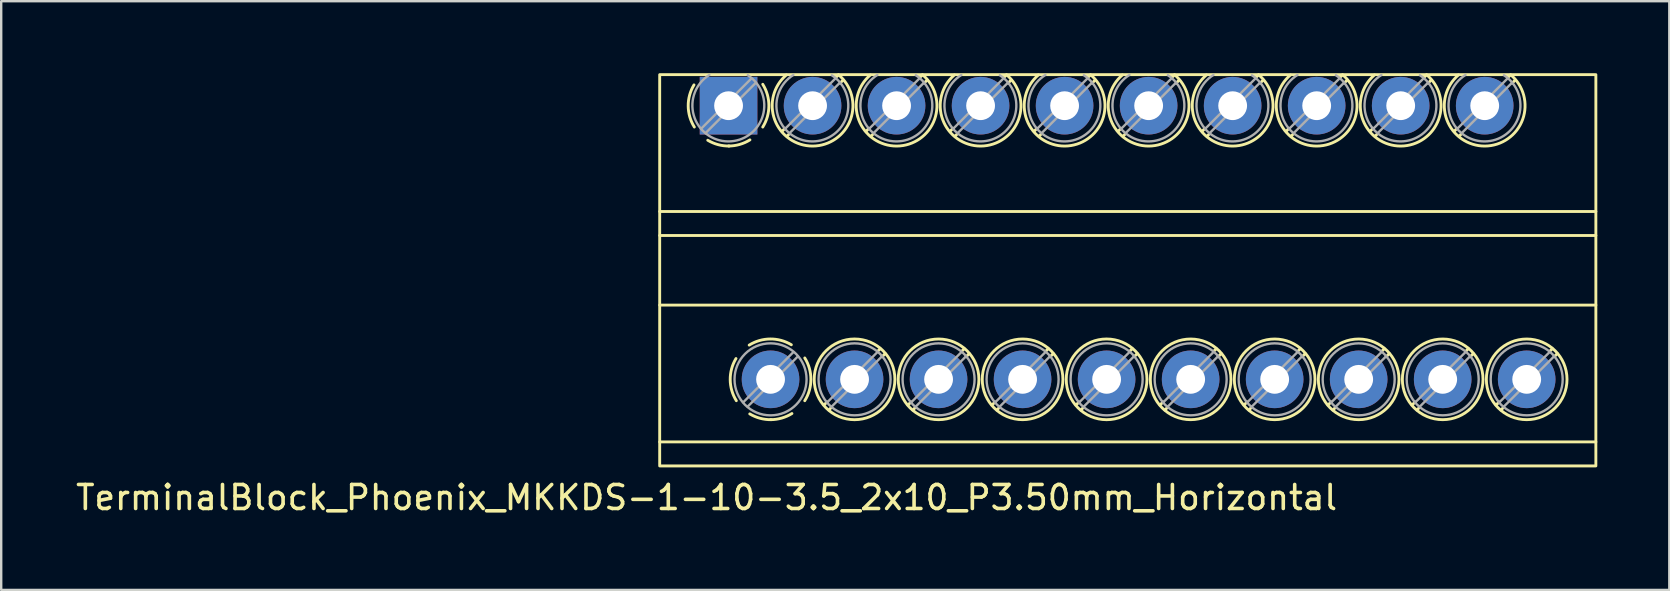
<source format=kicad_pcb>
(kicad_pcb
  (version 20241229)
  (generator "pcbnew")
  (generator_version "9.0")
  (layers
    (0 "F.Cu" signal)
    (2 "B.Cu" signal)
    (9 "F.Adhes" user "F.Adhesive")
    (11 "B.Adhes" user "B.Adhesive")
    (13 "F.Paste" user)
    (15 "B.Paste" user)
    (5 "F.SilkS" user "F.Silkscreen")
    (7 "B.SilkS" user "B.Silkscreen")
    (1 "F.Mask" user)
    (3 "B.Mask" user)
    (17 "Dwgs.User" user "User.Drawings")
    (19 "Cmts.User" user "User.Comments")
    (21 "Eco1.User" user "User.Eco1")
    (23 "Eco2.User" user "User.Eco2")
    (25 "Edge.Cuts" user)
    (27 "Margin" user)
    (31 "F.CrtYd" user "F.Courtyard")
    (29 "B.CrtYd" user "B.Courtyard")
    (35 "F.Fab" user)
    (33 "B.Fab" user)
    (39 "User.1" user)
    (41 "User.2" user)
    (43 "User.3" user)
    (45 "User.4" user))
  (footprint "TerminalBlock_Phoenix_MKKDS-1-10-3.5_2x10_P3.50mm_Horizontal"
    (layer "F.Cu")
    (at 27.292 1.344)
    (property "Reference" "TerminalBlock_Phoenix_MKKDS-1-10-3.5_2x10_P3.50mm_Horizontal" (at -0.906 16.334 0) (unlocked yes) (layer "F.SilkS") (effects (font (size 1 1) (thickness 0.15))))
    (attr through_hole)
    (fp_line (start -2.86 4.416) (end 36.14 4.416) (stroke (width 0.12) (type solid)) (layer "F.SilkS"))
    (fp_line (start -2.86 5.416) (end 36.14 5.416) (stroke (width 0.12) (type solid)) (layer "F.SilkS"))
    (fp_line (start -2.86 8.316) (end 36.14 8.316) (stroke (width 0.12) (type solid)) (layer "F.SilkS"))
    (fp_line (start -2.86 14.016) (end 36.14 14.016) (stroke (width 0.12) (type solid)) (layer "F.SilkS"))
    (fp_line (start 2.364 0.95) (end 2.235 1.077) (stroke (width 0.12) (type solid)) (layer "F.SilkS"))
    (fp_line (start 2.534 1.19) (end 2.439 1.282) (stroke (width 0.12) (type solid)) (layer "F.SilkS"))
    (fp_line (start 4.114 12.35) (end 3.985 12.477) (stroke (width 0.12) (type solid)) (layer "F.SilkS"))
    (fp_line (start 4.284 12.589) (end 4.189 12.682) (stroke (width 0.12) (type solid)) (layer "F.SilkS"))
    (fp_line (start 4.579 -1.266) (end 4.484 -1.173) (stroke (width 0.12) (type solid)) (layer "F.SilkS"))
    (fp_line (start 4.784 -1.06) (end 4.654 -0.932) (stroke (width 0.12) (type solid)) (layer "F.SilkS"))
    (fp_line (start 5.864 0.95) (end 5.734 1.077) (stroke (width 0.12) (type solid)) (layer "F.SilkS"))
    (fp_line (start 6.034 1.19) (end 5.939 1.282) (stroke (width 0.12) (type solid)) (layer "F.SilkS"))
    (fp_line (start 6.329 10.133) (end 6.234 10.227) (stroke (width 0.12) (type solid)) (layer "F.SilkS"))
    (fp_line (start 6.534 10.339) (end 6.404 10.467) (stroke (width 0.12) (type solid)) (layer "F.SilkS"))
    (fp_line (start 7.614 12.35) (end 7.484 12.477) (stroke (width 0.12) (type solid)) (layer "F.SilkS"))
    (fp_line (start 7.784 12.589) (end 7.689 12.682) (stroke (width 0.12) (type solid)) (layer "F.SilkS"))
    (fp_line (start 8.079 -1.266) (end 7.984 -1.173) (stroke (width 0.12) (type solid)) (layer "F.SilkS"))
    (fp_line (start 8.284 -1.06) (end 8.155 -0.932) (stroke (width 0.12) (type solid)) (layer "F.SilkS"))
    (fp_line (start 9.364 0.95) (end 9.235 1.077) (stroke (width 0.12) (type solid)) (layer "F.SilkS"))
    (fp_line (start 9.534 1.19) (end 9.44 1.282) (stroke (width 0.12) (type solid)) (layer "F.SilkS"))
    (fp_line (start 9.829 10.133) (end 9.735 10.227) (stroke (width 0.12) (type solid)) (layer "F.SilkS"))
    (fp_line (start 10.034 10.339) (end 9.905 10.467) (stroke (width 0.12) (type solid)) (layer "F.SilkS"))
    (fp_line (start 11.114 12.35) (end 10.985 12.477) (stroke (width 0.12) (type solid)) (layer "F.SilkS"))
    (fp_line (start 11.284 12.589) (end 11.19 12.682) (stroke (width 0.12) (type solid)) (layer "F.SilkS"))
    (fp_line (start 11.579 -1.266) (end 11.485 -1.173) (stroke (width 0.12) (type solid)) (layer "F.SilkS"))
    (fp_line (start 11.784 -1.06) (end 11.655 -0.932) (stroke (width 0.12) (type solid)) (layer "F.SilkS"))
    (fp_line (start 12.864 0.95) (end 12.735 1.077) (stroke (width 0.12) (type solid)) (layer "F.SilkS"))
    (fp_line (start 13.034 1.19) (end 12.94 1.282) (stroke (width 0.12) (type solid)) (layer "F.SilkS"))
    (fp_line (start 13.329 10.133) (end 13.235 10.227) (stroke (width 0.12) (type solid)) (layer "F.SilkS"))
    (fp_line (start 13.534 10.339) (end 13.405 10.467) (stroke (width 0.12) (type solid)) (layer "F.SilkS"))
    (fp_line (start 14.614 12.35) (end 14.485 12.477) (stroke (width 0.12) (type solid)) (layer "F.SilkS"))
    (fp_line (start 14.784 12.589) (end 14.69 12.682) (stroke (width 0.12) (type solid)) (layer "F.SilkS"))
    (fp_line (start 15.079 -1.266) (end 14.985 -1.173) (stroke (width 0.12) (type solid)) (layer "F.SilkS"))
    (fp_line (start 15.284 -1.06) (end 15.155 -0.932) (stroke (width 0.12) (type solid)) (layer "F.SilkS"))
    (fp_line (start 16.363 0.95) (end 16.235 1.077) (stroke (width 0.12) (type solid)) (layer "F.SilkS"))
    (fp_line (start 16.534 1.19) (end 16.439 1.282) (stroke (width 0.12) (type solid)) (layer "F.SilkS"))
    (fp_line (start 16.828 10.133) (end 16.735 10.227) (stroke (width 0.12) (type solid)) (layer "F.SilkS"))
    (fp_line (start 17.034 10.339) (end 16.904 10.467) (stroke (width 0.12) (type solid)) (layer "F.SilkS"))
    (fp_line (start 18.113 12.35) (end 17.985 12.477) (stroke (width 0.12) (type solid)) (layer "F.SilkS"))
    (fp_line (start 18.284 12.589) (end 18.189 12.682) (stroke (width 0.12) (type solid)) (layer "F.SilkS"))
    (fp_line (start 18.578 -1.266) (end 18.485 -1.173) (stroke (width 0.12) (type solid)) (layer "F.SilkS"))
    (fp_line (start 18.784 -1.06) (end 18.654 -0.932) (stroke (width 0.12) (type solid)) (layer "F.SilkS"))
    (fp_line (start 19.863 0.95) (end 19.735 1.077) (stroke (width 0.12) (type solid)) (layer "F.SilkS"))
    (fp_line (start 20.034 1.19) (end 19.939 1.282) (stroke (width 0.12) (type solid)) (layer "F.SilkS"))
    (fp_line (start 20.328 10.133) (end 20.235 10.227) (stroke (width 0.12) (type solid)) (layer "F.SilkS"))
    (fp_line (start 20.534 10.339) (end 20.404 10.467) (stroke (width 0.12) (type solid)) (layer "F.SilkS"))
    (fp_line (start 21.613 12.35) (end 21.485 12.477) (stroke (width 0.12) (type solid)) (layer "F.SilkS"))
    (fp_line (start 21.784 12.589) (end 21.689 12.682) (stroke (width 0.12) (type solid)) (layer "F.SilkS"))
    (fp_line (start 22.078 -1.266) (end 21.985 -1.173) (stroke (width 0.12) (type solid)) (layer "F.SilkS"))
    (fp_line (start 22.284 -1.06) (end 22.154 -0.932) (stroke (width 0.12) (type solid)) (layer "F.SilkS"))
    (fp_line (start 23.363 0.95) (end 23.235 1.077) (stroke (width 0.12) (type solid)) (layer "F.SilkS"))
    (fp_line (start 23.534 1.19) (end 23.439 1.282) (stroke (width 0.12) (type solid)) (layer "F.SilkS"))
    (fp_line (start 23.828 10.133) (end 23.735 10.227) (stroke (width 0.12) (type solid)) (layer "F.SilkS"))
    (fp_line (start 24.034 10.339) (end 23.904 10.467) (stroke (width 0.12) (type solid)) (layer "F.SilkS"))
    (fp_line (start 25.113 12.35) (end 24.985 12.477) (stroke (width 0.12) (type solid)) (layer "F.SilkS"))
    (fp_line (start 25.284 12.589) (end 25.189 12.682) (stroke (width 0.12) (type solid)) (layer "F.SilkS"))
    (fp_line (start 25.578 -1.266) (end 25.485 -1.173) (stroke (width 0.12) (type solid)) (layer "F.SilkS"))
    (fp_line (start 25.784 -1.06) (end 25.654 -0.932) (stroke (width 0.12) (type solid)) (layer "F.SilkS"))
    (fp_line (start 26.863 0.95) (end 26.735 1.077) (stroke (width 0.12) (type solid)) (layer "F.SilkS"))
    (fp_line (start 27.034 1.19) (end 26.939 1.282) (stroke (width 0.12) (type solid)) (layer "F.SilkS"))
    (fp_line (start 27.328 10.133) (end 27.235 10.227) (stroke (width 0.12) (type solid)) (layer "F.SilkS"))
    (fp_line (start 27.534 10.339) (end 27.404 10.467) (stroke (width 0.12) (type solid)) (layer "F.SilkS"))
    (fp_line (start 28.613 12.35) (end 28.485 12.477) (stroke (width 0.12) (type solid)) (layer "F.SilkS"))
    (fp_line (start 28.784 12.589) (end 28.689 12.682) (stroke (width 0.12) (type solid)) (layer "F.SilkS"))
    (fp_line (start 29.078 -1.266) (end 28.985 -1.173) (stroke (width 0.12) (type solid)) (layer "F.SilkS"))
    (fp_line (start 29.284 -1.06) (end 29.154 -0.932) (stroke (width 0.12) (type solid)) (layer "F.SilkS"))
    (fp_line (start 30.363 0.95) (end 30.235 1.077) (stroke (width 0.12) (type solid)) (layer "F.SilkS"))
    (fp_line (start 30.534 1.19) (end 30.439 1.282) (stroke (width 0.12) (type solid)) (layer "F.SilkS"))
    (fp_line (start 30.828 10.133) (end 30.735 10.227) (stroke (width 0.12) (type solid)) (layer "F.SilkS"))
    (fp_line (start 31.034 10.339) (end 30.904 10.467) (stroke (width 0.12) (type solid)) (layer "F.SilkS"))
    (fp_line (start 32.114 12.35) (end 31.985 12.477) (stroke (width 0.12) (type solid)) (layer "F.SilkS"))
    (fp_line (start 32.283 12.589) (end 32.19 12.682) (stroke (width 0.12) (type solid)) (layer "F.SilkS"))
    (fp_line (start 32.578 -1.266) (end 32.484 -1.173) (stroke (width 0.12) (type solid)) (layer "F.SilkS"))
    (fp_line (start 32.783 -1.06) (end 32.654 -0.932) (stroke (width 0.12) (type solid)) (layer "F.SilkS"))
    (fp_line (start 34.328 10.133) (end 34.234 10.227) (stroke (width 0.12) (type solid)) (layer "F.SilkS"))
    (fp_line (start 34.533 10.339) (end 34.404 10.467) (stroke (width 0.12) (type solid)) (layer "F.SilkS"))
    (fp_rect (start -2.86 15.016) (end 36.14 -1.284) (stroke (width 0.12) (type solid)) (fill no) (layer "F.SilkS"))
    (fp_arc (start -1.416858 0.898394) (mid -1.671785 0.022512) (end -1.4315 -0.8575) (stroke (width 0.12) (type solid)) (layer "F.SilkS"))
    (fp_arc (start 0.037174 1.688599) (mid -0.427033 1.631413) (end -0.8575 1.4485) (stroke (width 0.12) (type solid)) (layer "F.SilkS"))
    (fp_arc (start 0.333142 12.298394) (mid 0.078215 11.422512) (end 0.3185 10.5425) (stroke (width 0.12) (type solid)) (layer "F.SilkS"))
    (fp_arc (start 0.868606 9.983142) (mid 1.744488 9.728213) (end 2.6245 9.9685) (stroke (width 0.12) (type solid)) (layer "F.SilkS"))
    (fp_arc (start 0.898764 1.433221) (mid 0.471569 1.623414) (end 0.0085 1.6885) (stroke (width 0.12) (type solid)) (layer "F.SilkS"))
    (fp_arc (start 1.434004 -0.881693) (mid 1.689127 0.008976) (end 1.4335 0.8995) (stroke (width 0.12) (type solid)) (layer "F.SilkS"))
    (fp_arc (start 1.787174 13.088599) (mid 1.322967 13.031413) (end 0.8925 12.8485) (stroke (width 0.12) (type solid)) (layer "F.SilkS"))
    (fp_arc (start 2.648764 12.833221) (mid 2.22157 13.023417) (end 1.7585 13.0885) (stroke (width 0.12) (type solid)) (layer "F.SilkS"))
    (fp_arc (start 3.184004 10.518307) (mid 3.439127 11.408976) (end 3.1835 12.2995) (stroke (width 0.12) (type solid)) (layer "F.SilkS"))
    (fp_arc (start 4.59 -1.28) (mid 3.514968 1.690711) (end 2.417123 -1.271645) (stroke (width 0.12) (type solid)) (layer "F.SilkS"))
    (fp_arc (start 8.09 -1.28) (mid 7.014968 1.690711) (end 5.917123 -1.271645) (stroke (width 0.12) (type solid)) (layer "F.SilkS"))
    (fp_arc (start 11.59 -1.28) (mid 10.514968 1.690711) (end 9.417123 -1.271645) (stroke (width 0.12) (type solid)) (layer "F.SilkS"))
    (fp_arc (start 15.09 -1.28) (mid 14.014968 1.690711) (end 12.917123 -1.271645) (stroke (width 0.12) (type solid)) (layer "F.SilkS"))
    (fp_arc (start 18.59 -1.28) (mid 17.514968 1.690711) (end 16.417123 -1.271645) (stroke (width 0.12) (type solid)) (layer "F.SilkS"))
    (fp_arc (start 22.09 -1.28) (mid 21.014968 1.690711) (end 19.917123 -1.271645) (stroke (width 0.12) (type solid)) (layer "F.SilkS"))
    (fp_arc (start 25.59 -1.28) (mid 24.514968 1.690711) (end 23.417123 -1.271645) (stroke (width 0.12) (type solid)) (layer "F.SilkS"))
    (fp_arc (start 29.09 -1.28) (mid 28.014968 1.690711) (end 26.917123 -1.271645) (stroke (width 0.12) (type solid)) (layer "F.SilkS"))
    (fp_arc (start 32.59 -1.28) (mid 31.514968 1.690711) (end 30.417123 -1.271645) (stroke (width 0.12) (type solid)) (layer "F.SilkS"))
    (fp_circle (center 5.258 11.409) (end 6.939 11.409) (stroke (width 0.12) (type solid)) (fill no) (layer "F.SilkS"))
    (fp_circle (center 8.758 11.409) (end 10.438 11.409) (stroke (width 0.12) (type solid)) (fill no) (layer "F.SilkS"))
    (fp_circle (center 12.258 11.409) (end 13.938 11.409) (stroke (width 0.12) (type solid)) (fill no) (layer "F.SilkS"))
    (fp_circle (center 15.758 11.409) (end 17.439 11.409) (stroke (width 0.12) (type solid)) (fill no) (layer "F.SilkS"))
    (fp_circle (center 19.259 11.409) (end 20.939 11.409) (stroke (width 0.12) (type solid)) (fill no) (layer "F.SilkS"))
    (fp_circle (center 22.759 11.409) (end 24.439 11.409) (stroke (width 0.12) (type solid)) (fill no) (layer "F.SilkS"))
    (fp_circle (center 26.259 11.409) (end 27.939 11.409) (stroke (width 0.12) (type solid)) (fill no) (layer "F.SilkS"))
    (fp_circle (center 29.759 11.409) (end 31.439 11.409) (stroke (width 0.12) (type solid)) (fill no) (layer "F.SilkS"))
    (fp_circle (center 33.258 11.409) (end 34.938 11.409) (stroke (width 0.12) (type solid)) (fill no) (layer "F.SilkS"))
    (fp_line (start 0.964 -1.129) (end -1.129 0.964) (stroke (width 0.1) (type solid)) (layer "F.Fab"))
    (fp_line (start 1.147 -0.947) (end -0.947 1.147) (stroke (width 0.1) (type solid)) (layer "F.Fab"))
    (fp_line (start 2.713 10.271) (end 0.621 12.364) (stroke (width 0.1) (type solid)) (layer "F.Fab"))
    (fp_line (start 2.897 10.454) (end 0.803 12.546) (stroke (width 0.1) (type solid)) (layer "F.Fab"))
    (fp_line (start 4.463 -1.129) (end 2.372 0.964) (stroke (width 0.1) (type solid)) (layer "F.Fab"))
    (fp_line (start 4.646 -0.947) (end 2.554 1.147) (stroke (width 0.1) (type solid)) (layer "F.Fab"))
    (fp_line (start 6.213 10.271) (end 4.122 12.364) (stroke (width 0.1) (type solid)) (layer "F.Fab"))
    (fp_line (start 6.396 10.454) (end 4.304 12.546) (stroke (width 0.1) (type solid)) (layer "F.Fab"))
    (fp_line (start 7.963 -1.129) (end 5.872 0.964) (stroke (width 0.1) (type solid)) (layer "F.Fab"))
    (fp_line (start 8.146 -0.947) (end 6.054 1.147) (stroke (width 0.1) (type solid)) (layer "F.Fab"))
    (fp_line (start 9.713 10.271) (end 7.622 12.364) (stroke (width 0.1) (type solid)) (layer "F.Fab"))
    (fp_line (start 9.896 10.454) (end 7.804 12.546) (stroke (width 0.1) (type solid)) (layer "F.Fab"))
    (fp_line (start 11.463 -1.129) (end 9.371 0.964) (stroke (width 0.1) (type solid)) (layer "F.Fab"))
    (fp_line (start 11.646 -0.947) (end 9.555 1.147) (stroke (width 0.1) (type solid)) (layer "F.Fab"))
    (fp_line (start 13.213 10.271) (end 11.121 12.364) (stroke (width 0.1) (type solid)) (layer "F.Fab"))
    (fp_line (start 13.396 10.454) (end 11.305 12.546) (stroke (width 0.1) (type solid)) (layer "F.Fab"))
    (fp_line (start 14.963 -1.129) (end 12.871 0.964) (stroke (width 0.1) (type solid)) (layer "F.Fab"))
    (fp_line (start 15.146 -0.947) (end 13.055 1.147) (stroke (width 0.1) (type solid)) (layer "F.Fab"))
    (fp_line (start 16.713 10.271) (end 14.621 12.364) (stroke (width 0.1) (type solid)) (layer "F.Fab"))
    (fp_line (start 16.896 10.454) (end 14.805 12.546) (stroke (width 0.1) (type solid)) (layer "F.Fab"))
    (fp_line (start 18.463 -1.129) (end 16.372 0.964) (stroke (width 0.1) (type solid)) (layer "F.Fab"))
    (fp_line (start 18.646 -0.947) (end 16.555 1.147) (stroke (width 0.1) (type solid)) (layer "F.Fab"))
    (fp_line (start 20.213 10.271) (end 18.122 12.364) (stroke (width 0.1) (type solid)) (layer "F.Fab"))
    (fp_line (start 20.396 10.454) (end 18.305 12.546) (stroke (width 0.1) (type solid)) (layer "F.Fab"))
    (fp_line (start 21.963 -1.129) (end 19.872 0.964) (stroke (width 0.1) (type solid)) (layer "F.Fab"))
    (fp_line (start 22.146 -0.947) (end 20.055 1.147) (stroke (width 0.1) (type solid)) (layer "F.Fab"))
    (fp_line (start 23.713 10.271) (end 21.622 12.364) (stroke (width 0.1) (type solid)) (layer "F.Fab"))
    (fp_line (start 23.896 10.454) (end 21.805 12.546) (stroke (width 0.1) (type solid)) (layer "F.Fab"))
    (fp_line (start 25.463 -1.129) (end 23.372 0.964) (stroke (width 0.1) (type solid)) (layer "F.Fab"))
    (fp_line (start 25.646 -0.947) (end 23.555 1.147) (stroke (width 0.1) (type solid)) (layer "F.Fab"))
    (fp_line (start 27.213 10.271) (end 25.122 12.364) (stroke (width 0.1) (type solid)) (layer "F.Fab"))
    (fp_line (start 27.396 10.454) (end 25.305 12.546) (stroke (width 0.1) (type solid)) (layer "F.Fab"))
    (fp_line (start 28.963 -1.129) (end 26.872 0.964) (stroke (width 0.1) (type solid)) (layer "F.Fab"))
    (fp_line (start 29.146 -0.947) (end 27.055 1.147) (stroke (width 0.1) (type solid)) (layer "F.Fab"))
    (fp_line (start 30.713 10.271) (end 28.622 12.364) (stroke (width 0.1) (type solid)) (layer "F.Fab"))
    (fp_line (start 30.896 10.454) (end 28.805 12.546) (stroke (width 0.1) (type solid)) (layer "F.Fab"))
    (fp_line (start 32.464 -1.129) (end 30.372 0.964) (stroke (width 0.1) (type solid)) (layer "F.Fab"))
    (fp_line (start 32.647 -0.947) (end 30.555 1.147) (stroke (width 0.1) (type solid)) (layer "F.Fab"))
    (fp_line (start 34.214 10.271) (end 32.121 12.364) (stroke (width 0.1) (type solid)) (layer "F.Fab"))
    (fp_line (start 34.397 10.454) (end 32.304 12.546) (stroke (width 0.1) (type solid)) (layer "F.Fab"))
    (fp_arc (start 0.81 -1.26) (mid -0.011132 1.497857) (end -0.791182 -1.2719) (stroke (width 0.1) (type solid)) (layer "F.Fab"))
    (fp_arc (start 4.31 -1.26) (mid 3.488868 1.497857) (end 2.708818 -1.2719) (stroke (width 0.1) (type solid)) (layer "F.Fab"))
    (fp_arc (start 7.81 -1.26) (mid 6.988868 1.497857) (end 6.208818 -1.2719) (stroke (width 0.1) (type solid)) (layer "F.Fab"))
    (fp_arc (start 11.31 -1.26) (mid 10.488868 1.497857) (end 9.708818 -1.2719) (stroke (width 0.1) (type solid)) (layer "F.Fab"))
    (fp_arc (start 14.81 -1.26) (mid 13.988868 1.497857) (end 13.208818 -1.2719) (stroke (width 0.1) (type solid)) (layer "F.Fab"))
    (fp_arc (start 18.31 -1.26) (mid 17.488868 1.497857) (end 16.708818 -1.2719) (stroke (width 0.1) (type solid)) (layer "F.Fab"))
    (fp_arc (start 21.81 -1.26) (mid 20.988868 1.497857) (end 20.208818 -1.2719) (stroke (width 0.1) (type solid)) (layer "F.Fab"))
    (fp_arc (start 25.31 -1.26) (mid 24.488868 1.497857) (end 23.708818 -1.2719) (stroke (width 0.1) (type solid)) (layer "F.Fab"))
    (fp_arc (start 28.81 -1.26) (mid 27.988868 1.497857) (end 27.208818 -1.2719) (stroke (width 0.1) (type solid)) (layer "F.Fab"))
    (fp_arc (start 32.31 -1.26) (mid 31.488868 1.497857) (end 30.708818 -1.2719) (stroke (width 0.1) (type solid)) (layer "F.Fab"))
    (fp_circle (center 1.758 11.409) (end 3.259 11.409) (stroke (width 0.1) (type solid)) (fill no) (layer "F.Fab"))
    (fp_circle (center 5.258 11.409) (end 6.758 11.409) (stroke (width 0.1) (type solid)) (fill no) (layer "F.Fab"))
    (fp_circle (center 8.758 11.409) (end 10.258 11.409) (stroke (width 0.1) (type solid)) (fill no) (layer "F.Fab"))
    (fp_circle (center 12.258 11.409) (end 13.758 11.409) (stroke (width 0.1) (type solid)) (fill no) (layer "F.Fab"))
    (fp_circle (center 15.758 11.409) (end 17.259 11.409) (stroke (width 0.1) (type solid)) (fill no) (layer "F.Fab"))
    (fp_circle (center 19.259 11.409) (end 20.759 11.409) (stroke (width 0.1) (type solid)) (fill no) (layer "F.Fab"))
    (fp_circle (center 22.759 11.409) (end 24.259 11.409) (stroke (width 0.1) (type solid)) (fill no) (layer "F.Fab"))
    (fp_circle (center 26.259 11.409) (end 27.759 11.409) (stroke (width 0.1) (type solid)) (fill no) (layer "F.Fab"))
    (fp_circle (center 29.759 11.409) (end 31.259 11.409) (stroke (width 0.1) (type solid)) (fill no) (layer "F.Fab"))
    (fp_circle (center 33.258 11.409) (end 34.758 11.409) (stroke (width 0.1) (type solid)) (fill no) (layer "F.Fab"))
    (pad "1" thru_hole rect (at 0.009 0.009) (size 2.4 2.4) (drill 1.2) (layers "*.Cu" "*.Mask"))
    (pad "2" thru_hole circle (at 3.509 0.009) (size 2.4 2.4) (drill 1.2) (layers "*.Cu" "*.Mask"))
    (pad "3" thru_hole circle (at 7.008 0.009) (size 2.4 2.4) (drill 1.2) (layers "*.Cu" "*.Mask"))
    (pad "4" thru_hole circle (at 10.508 0.009) (size 2.4 2.4) (drill 1.2) (layers "*.Cu" "*.Mask"))
    (pad "5" thru_hole circle (at 14.008 0.009) (size 2.4 2.4) (drill 1.2) (layers "*.Cu" "*.Mask"))
    (pad "6" thru_hole circle (at 17.509 0.009) (size 2.4 2.4) (drill 1.2) (layers "*.Cu" "*.Mask"))
    (pad "7" thru_hole circle (at 21.009 0.009) (size 2.4 2.4) (drill 1.2) (layers "*.Cu" "*.Mask"))
    (pad "8" thru_hole circle (at 24.509 0.009) (size 2.4 2.4) (drill 1.2) (layers "*.Cu" "*.Mask"))
    (pad "9" thru_hole circle (at 28.009 0.009) (size 2.4 2.4) (drill 1.2) (layers "*.Cu" "*.Mask"))
    (pad "10" thru_hole circle (at 31.509 0.009) (size 2.4 2.4) (drill 1.2) (layers "*.Cu" "*.Mask"))
    (pad "11" thru_hole circle (at 1.758 11.409) (size 2.4 2.4) (drill 1.2) (layers "*.Cu" "*.Mask"))
    (pad "12" thru_hole circle (at 5.258 11.409) (size 2.4 2.4) (drill 1.2) (layers "*.Cu" "*.Mask"))
    (pad "13" thru_hole circle (at 8.758 11.409) (size 2.4 2.4) (drill 1.2) (layers "*.Cu" "*.Mask"))
    (pad "14" thru_hole circle (at 12.258 11.409) (size 2.4 2.4) (drill 1.2) (layers "*.Cu" "*.Mask"))
    (pad "15" thru_hole circle (at 15.758 11.409) (size 2.4 2.4) (drill 1.2) (layers "*.Cu" "*.Mask"))
    (pad "16" thru_hole circle (at 19.259 11.409) (size 2.4 2.4) (drill 1.2) (layers "*.Cu" "*.Mask"))
    (pad "17" thru_hole circle (at 22.759 11.409) (size 2.4 2.4) (drill 1.2) (layers "*.Cu" "*.Mask"))
    (pad "18" thru_hole circle (at 26.259 11.409) (size 2.4 2.4) (drill 1.2) (layers "*.Cu" "*.Mask"))
    (pad "19" thru_hole circle (at 29.759 11.409) (size 2.4 2.4) (drill 1.2) (layers "*.Cu" "*.Mask"))
    (pad "20" thru_hole circle (at 33.258 11.409) (size 2.4 2.4) (drill 1.2) (layers "*.Cu" "*.Mask")))
  (gr_rect
    (start -3 -3)
    (end 66.492 21.526)
    (stroke (width 0.1) (type default))
    (fill no)
    (layer "Edge.Cuts")))
</source>
